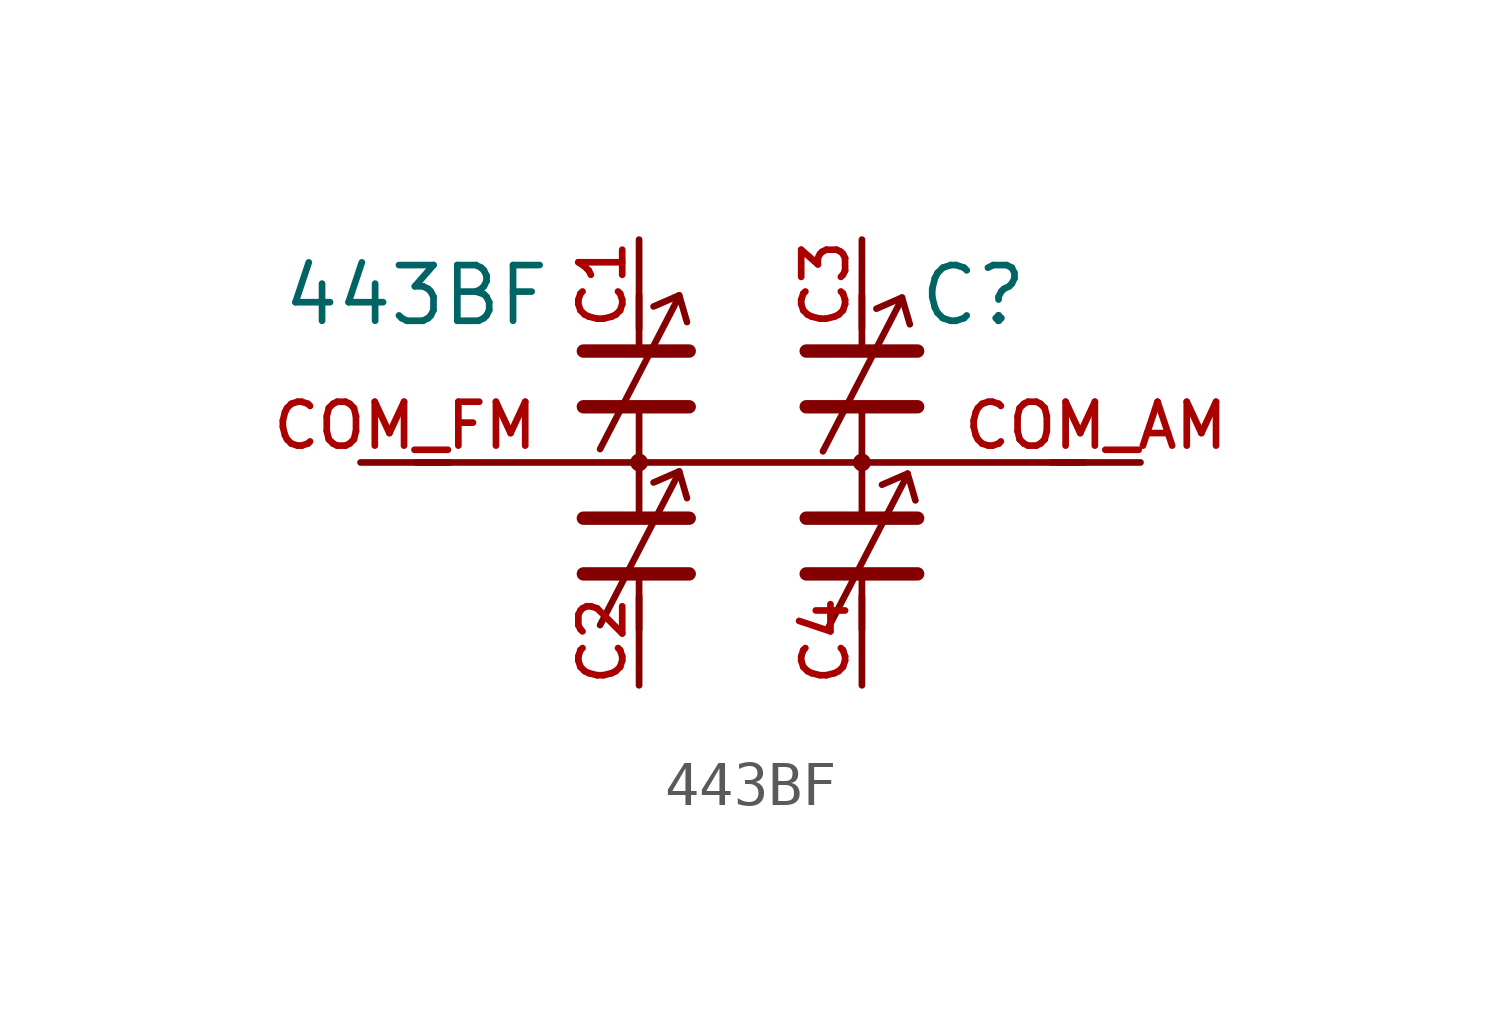
<source format=kicad_sym>
(kicad_symbol_lib
  (version 20211014)
  (generator kicad_symbol_editor)
  (symbol "443BF"
    (property "Reference" "C"
      (at 5.08 3.81 0)
      (effects (font (size 1.27 1.27))))
    (property "Value" "443BF"
      (at -7.62 3.81 0)
      (effects (font (size 1.27 1.27))))
    (symbol "443BF_0_1"
      (circle (center -2.54 0) (radius 0.127) (stroke (width 0) (type default) (color 0 0 0 0)) (fill (type outline)))
      (polyline (pts (xy -3.81 -2.54) (xy -1.397 -2.54)) (stroke (width 0.305) (type default) (color 0 0 0 0)) (fill (type none)))
      (polyline (pts (xy -3.81 -1.27) (xy -1.397 -1.27)) (stroke (width 0.305) (type default) (color 0 0 0 0)) (fill (type none)))
      (polyline (pts (xy -3.81 1.27) (xy -1.397 1.27)) (stroke (width 0.305) (type default) (color 0 0 0 0)) (fill (type none)))
      (polyline (pts (xy -3.81 2.54) (xy -1.397 2.54)) (stroke (width 0.305) (type default) (color 0 0 0 0)) (fill (type none)))
      (polyline (pts (xy -2.54 -3.81) (xy -2.54 -2.54)) (stroke (width 0) (type default) (color 0 0 0 0)) (fill (type none)))
      (polyline (pts (xy -2.54 0) (xy -7.62 0)) (stroke (width 0) (type default) (color 0 0 0 0)) (fill (type none)))
      (polyline (pts (xy -2.54 0) (xy 2.54 0)) (stroke (width 0) (type default) (color 0 0 0 0)) (fill (type none)))
      (polyline (pts (xy -2.54 1.27) (xy -2.54 -1.27)) (stroke (width 0) (type default) (color 0 0 0 0)) (fill (type none)))
      (polyline (pts (xy -2.54 2.54) (xy -2.54 3.81)) (stroke (width 0) (type default) (color 0 0 0 0)) (fill (type none)))
      (polyline (pts (xy -1.626 -0.229) (xy -3.429 -3.708)) (stroke (width 0.15) (type default) (color 0 0 0 0)) (fill (type none)))
      (polyline (pts (xy -1.626 -0.203) (xy -2.21 -0.457)) (stroke (width 0.15) (type default) (color 0 0 0 0)) (fill (type none)))
      (polyline (pts (xy -1.626 -0.203) (xy -1.448 -0.813)) (stroke (width 0.15) (type default) (color 0 0 0 0)) (fill (type none)))
      (polyline (pts (xy -1.626 3.785) (xy -3.429 0.305)) (stroke (width 0.15) (type default) (color 0 0 0 0)) (fill (type none)))
      (polyline (pts (xy -1.626 3.81) (xy -2.21 3.556)) (stroke (width 0.15) (type default) (color 0 0 0 0)) (fill (type none)))
      (polyline (pts (xy -1.626 3.81) (xy -1.448 3.2)) (stroke (width 0.15) (type default) (color 0 0 0 0)) (fill (type none)))
      (polyline (pts (xy 1.27 -2.54) (xy 3.81 -2.54)) (stroke (width 0.305) (type default) (color 0 0 0 0)) (fill (type none)))
      (polyline (pts (xy 1.27 -1.27) (xy 3.81 -1.27)) (stroke (width 0.305) (type default) (color 0 0 0 0)) (fill (type none)))
      (polyline (pts (xy 1.27 1.27) (xy 3.81 1.27)) (stroke (width 0.305) (type default) (color 0 0 0 0)) (fill (type none)))
      (polyline (pts (xy 1.27 2.54) (xy 3.81 2.54)) (stroke (width 0.305) (type default) (color 0 0 0 0)) (fill (type none)))
      (polyline (pts (xy 2.54 -3.81) (xy 2.54 -2.54)) (stroke (width 0) (type default) (color 0 0 0 0)) (fill (type none)))
      (polyline (pts (xy 2.54 1.27) (xy 2.54 -1.27)) (stroke (width 0) (type default) (color 0 0 0 0)) (fill (type none)))
      (polyline (pts (xy 2.54 3.81) (xy 2.54 2.54)) (stroke (width 0) (type default) (color 0 0 0 0)) (fill (type none)))
      (polyline (pts (xy 3.454 3.734) (xy 1.651 0.254)) (stroke (width 0.15) (type default) (color 0 0 0 0)) (fill (type none)))
      (polyline (pts (xy 3.454 3.759) (xy 2.87 3.505)) (stroke (width 0.15) (type default) (color 0 0 0 0)) (fill (type none)))
      (polyline (pts (xy 3.454 3.759) (xy 3.632 3.15)) (stroke (width 0.15) (type default) (color 0 0 0 0)) (fill (type none)))
      (polyline (pts (xy 3.581 -0.279) (xy 1.778 -3.759)) (stroke (width 0.15) (type default) (color 0 0 0 0)) (fill (type none)))
      (polyline (pts (xy 3.581 -0.254) (xy 2.997 -0.508)) (stroke (width 0.15) (type default) (color 0 0 0 0)) (fill (type none)))
      (polyline (pts (xy 3.581 -0.254) (xy 3.759 -0.864)) (stroke (width 0.15) (type default) (color 0 0 0 0)) (fill (type none)))
      (polyline (pts (xy 7.62 0) (xy 2.54 0)) (stroke (width 0) (type default) (color 0 0 0 0)) (fill (type none)))
      (circle (center 2.54 0) (radius 0.127) (stroke (width 0) (type default) (color 0 0 0 0)) (fill (type outline))))
    (symbol "443BF_1_1"
      (pin passive line (at -2.54 5.08 270) (length 2.032) (name "~" (effects (font (size 1 1)))) (number "C1" (effects (font (size 1 1)))))
      (pin passive line (at -2.54 -5.08 90) (length 2.032) (name "~" (effects (font (size 1 1)))) (number "C2" (effects (font (size 1 1)))))
      (pin passive line (at 2.54 5.08 270) (length 2.032) (name "~" (effects (font (size 1 1)))) (number "C3" (effects (font (size 1 1)))))
      (pin passive line (at 2.54 -5.08 90) (length 2.032) (name "~" (effects (font (size 1 1)))) (number "C4" (effects (font (size 1 1)))))
      (pin passive line (at 8.89 0 180) (length 2.032) (name "~" (effects (font (size 1 1)))) (number "COM_AM" (effects (font (size 1 1)))))
      (pin passive line (at -8.89 0 0) (length 2.032) (name "~" (effects (font (size 1 1)))) (number "COM_FM" (effects (font (size 1 1))))))))
</source>
